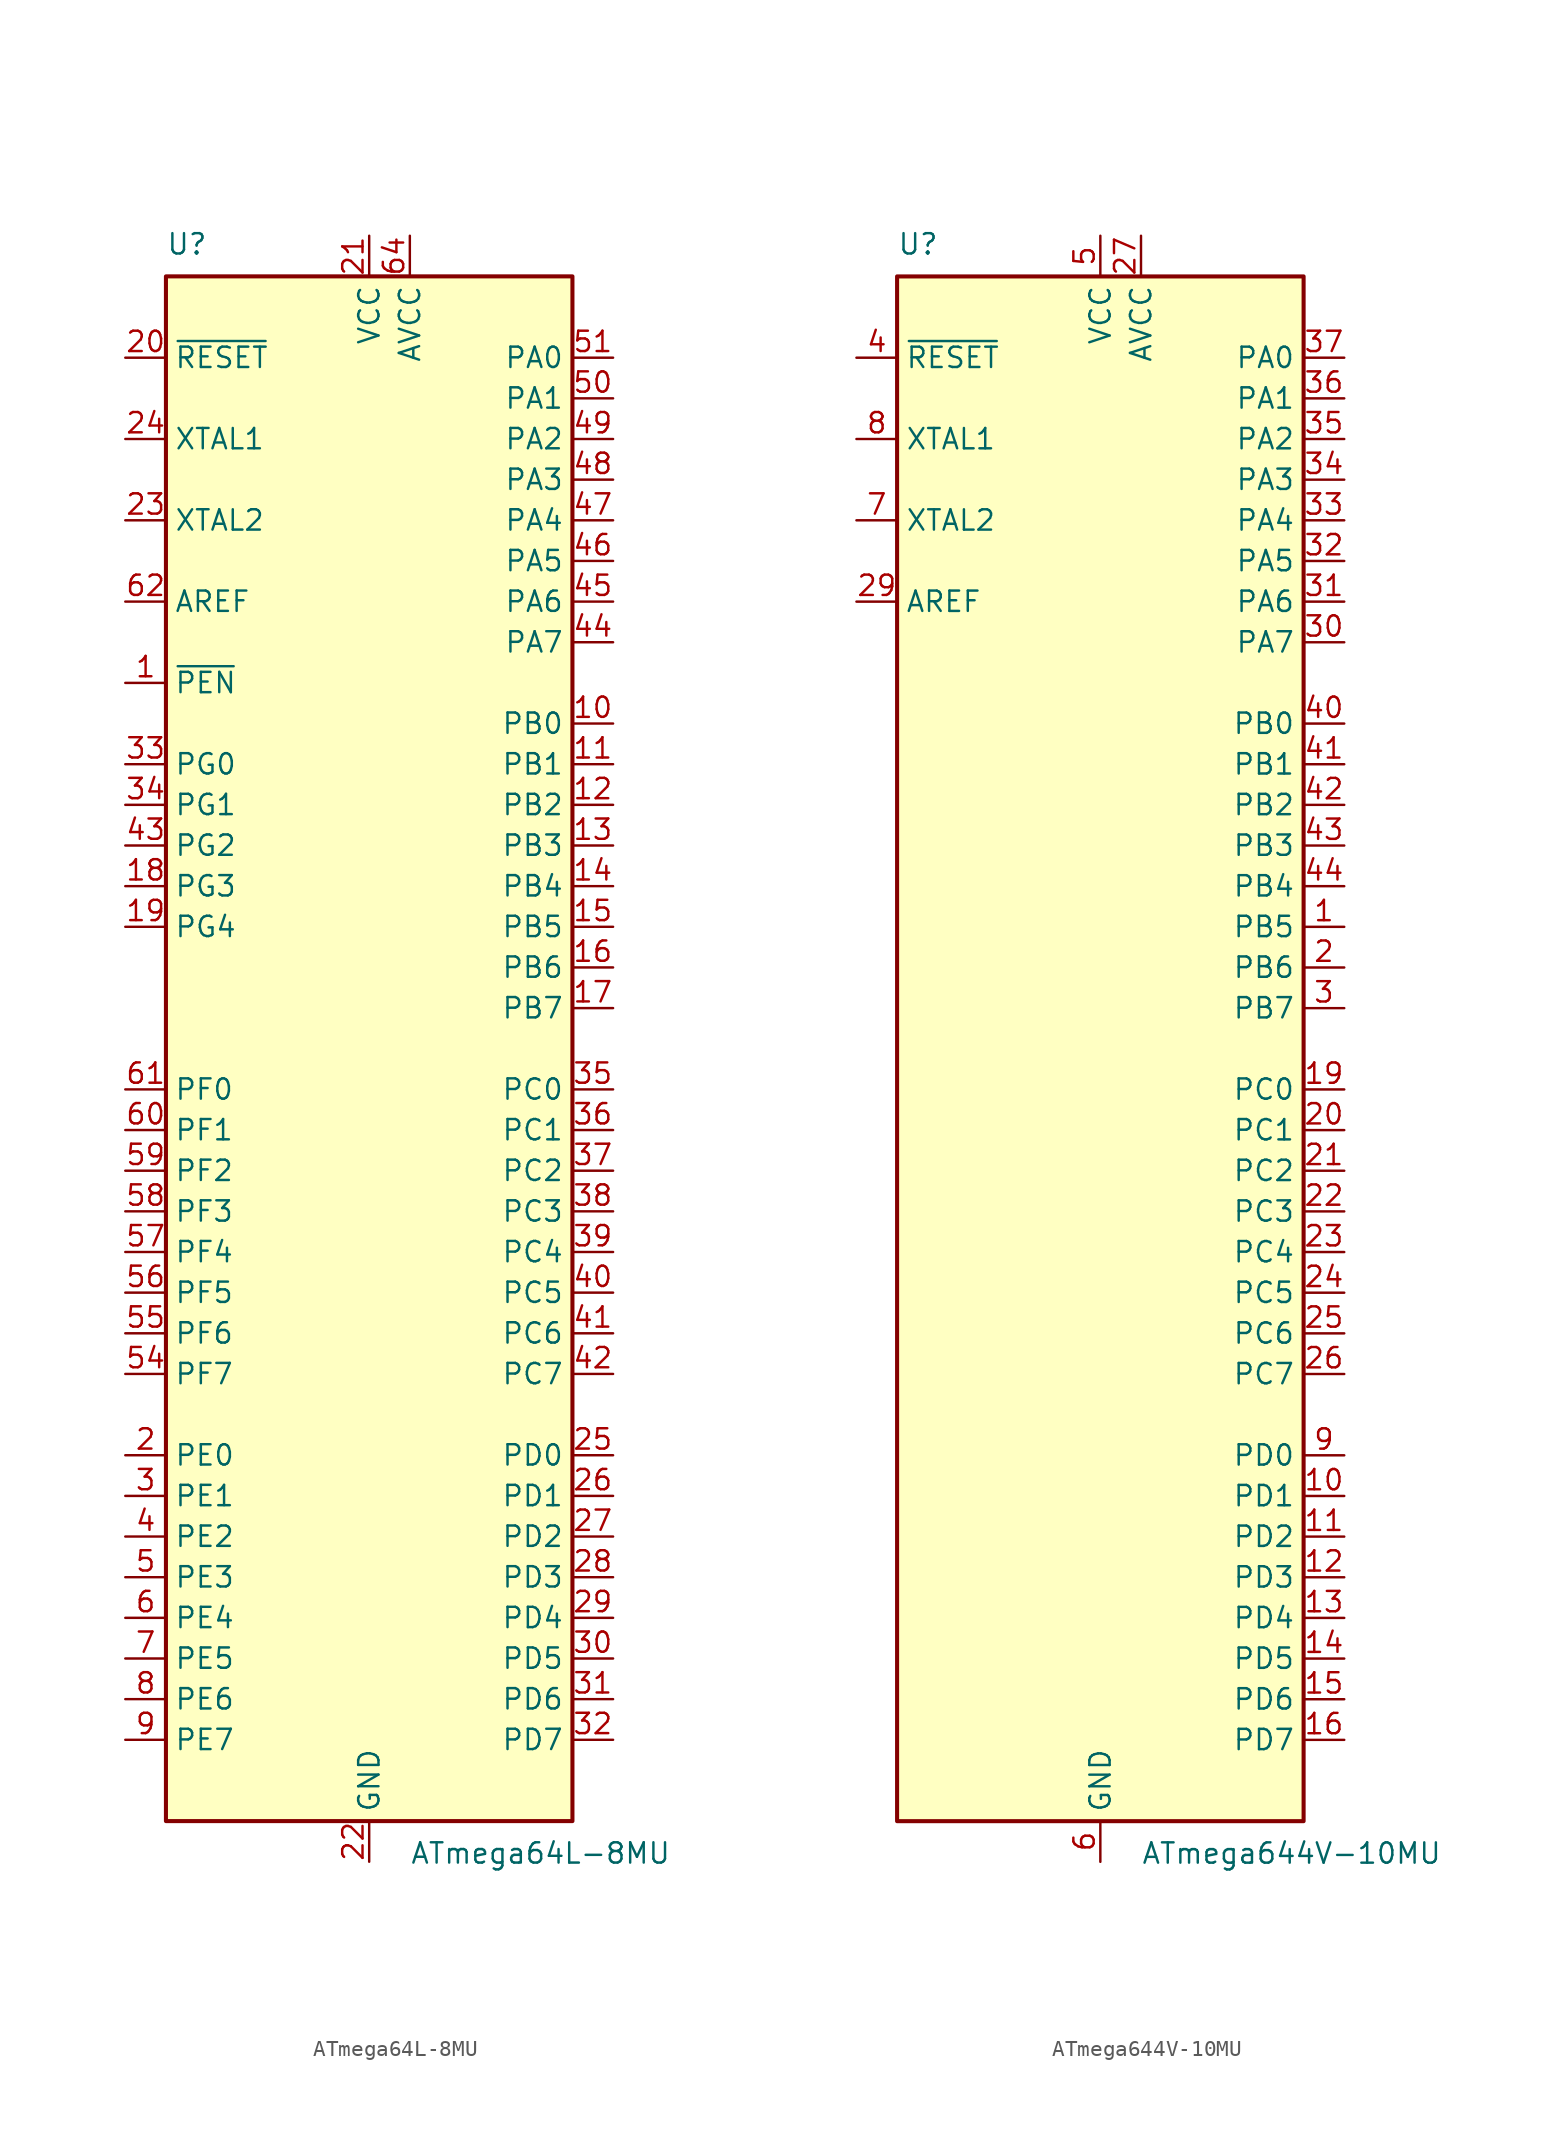
<source format=kicad_sym>
(kicad_symbol_lib
  (version 20201005)
  (generator kicad_symbol_editor)
  (symbol "ATmega64L-8MU"
    (property "Reference" "U"
      (at -12.7 49.53 0)
      (effects (font (size 1.27 1.27)) (justify left bottom)))
    (property "Value" "ATmega64L-8MU"
      (at 2.54 -49.53 0)
      (effects (font (size 1.27 1.27)) (justify left top)))
    (symbol "ATmega64L-8MU_0_1"
      (rectangle (start -12.7 -48.26) (end 12.7 48.26) (stroke (width 0.254)) (fill (type background))))
    (symbol "ATmega64L-8MU_1_1"
      (pin input line (at -15.24 22.86 0) (length 2.54) (name "~PEN" (effects (font (size 1.27 1.27)))) (number "1" (effects (font (size 1.27 1.27)))))
      (pin tri_state line (at 15.24 20.32 180) (length 2.54) (name "PB0" (effects (font (size 1.27 1.27)))) (number "10" (effects (font (size 1.27 1.27)))))
      (pin tri_state line (at 15.24 17.78 180) (length 2.54) (name "PB1" (effects (font (size 1.27 1.27)))) (number "11" (effects (font (size 1.27 1.27)))))
      (pin tri_state line (at 15.24 15.24 180) (length 2.54) (name "PB2" (effects (font (size 1.27 1.27)))) (number "12" (effects (font (size 1.27 1.27)))))
      (pin tri_state line (at 15.24 12.7 180) (length 2.54) (name "PB3" (effects (font (size 1.27 1.27)))) (number "13" (effects (font (size 1.27 1.27)))))
      (pin tri_state line (at 15.24 10.16 180) (length 2.54) (name "PB4" (effects (font (size 1.27 1.27)))) (number "14" (effects (font (size 1.27 1.27)))))
      (pin tri_state line (at 15.24 7.62 180) (length 2.54) (name "PB5" (effects (font (size 1.27 1.27)))) (number "15" (effects (font (size 1.27 1.27)))))
      (pin tri_state line (at 15.24 5.08 180) (length 2.54) (name "PB6" (effects (font (size 1.27 1.27)))) (number "16" (effects (font (size 1.27 1.27)))))
      (pin tri_state line (at 15.24 2.54 180) (length 2.54) (name "PB7" (effects (font (size 1.27 1.27)))) (number "17" (effects (font (size 1.27 1.27)))))
      (pin tri_state line (at -15.24 10.16 0) (length 2.54) (name "PG3" (effects (font (size 1.27 1.27)))) (number "18" (effects (font (size 1.27 1.27)))))
      (pin tri_state line (at -15.24 7.62 0) (length 2.54) (name "PG4" (effects (font (size 1.27 1.27)))) (number "19" (effects (font (size 1.27 1.27)))))
      (pin tri_state line (at -15.24 -25.4 0) (length 2.54) (name "PE0" (effects (font (size 1.27 1.27)))) (number "2" (effects (font (size 1.27 1.27)))))
      (pin input line (at -15.24 43.18 0) (length 2.54) (name "~RESET" (effects (font (size 1.27 1.27)))) (number "20" (effects (font (size 1.27 1.27)))))
      (pin power_in line (at 0 50.8 270) (length 2.54) (name "VCC" (effects (font (size 1.27 1.27)))) (number "21" (effects (font (size 1.27 1.27)))))
      (pin power_in line (at 0 -50.8 90) (length 2.54) (name "GND" (effects (font (size 1.27 1.27)))) (number "22" (effects (font (size 1.27 1.27)))))
      (pin output line (at -15.24 33.02 0) (length 2.54) (name "XTAL2" (effects (font (size 1.27 1.27)))) (number "23" (effects (font (size 1.27 1.27)))))
      (pin input line (at -15.24 38.1 0) (length 2.54) (name "XTAL1" (effects (font (size 1.27 1.27)))) (number "24" (effects (font (size 1.27 1.27)))))
      (pin tri_state line (at 15.24 -25.4 180) (length 2.54) (name "PD0" (effects (font (size 1.27 1.27)))) (number "25" (effects (font (size 1.27 1.27)))))
      (pin tri_state line (at 15.24 -27.94 180) (length 2.54) (name "PD1" (effects (font (size 1.27 1.27)))) (number "26" (effects (font (size 1.27 1.27)))))
      (pin tri_state line (at 15.24 -30.48 180) (length 2.54) (name "PD2" (effects (font (size 1.27 1.27)))) (number "27" (effects (font (size 1.27 1.27)))))
      (pin tri_state line (at 15.24 -33.02 180) (length 2.54) (name "PD3" (effects (font (size 1.27 1.27)))) (number "28" (effects (font (size 1.27 1.27)))))
      (pin tri_state line (at 15.24 -35.56 180) (length 2.54) (name "PD4" (effects (font (size 1.27 1.27)))) (number "29" (effects (font (size 1.27 1.27)))))
      (pin tri_state line (at -15.24 -27.94 0) (length 2.54) (name "PE1" (effects (font (size 1.27 1.27)))) (number "3" (effects (font (size 1.27 1.27)))))
      (pin tri_state line (at 15.24 -38.1 180) (length 2.54) (name "PD5" (effects (font (size 1.27 1.27)))) (number "30" (effects (font (size 1.27 1.27)))))
      (pin tri_state line (at 15.24 -40.64 180) (length 2.54) (name "PD6" (effects (font (size 1.27 1.27)))) (number "31" (effects (font (size 1.27 1.27)))))
      (pin tri_state line (at 15.24 -43.18 180) (length 2.54) (name "PD7" (effects (font (size 1.27 1.27)))) (number "32" (effects (font (size 1.27 1.27)))))
      (pin tri_state line (at -15.24 17.78 0) (length 2.54) (name "PG0" (effects (font (size 1.27 1.27)))) (number "33" (effects (font (size 1.27 1.27)))))
      (pin tri_state line (at -15.24 15.24 0) (length 2.54) (name "PG1" (effects (font (size 1.27 1.27)))) (number "34" (effects (font (size 1.27 1.27)))))
      (pin tri_state line (at 15.24 -2.54 180) (length 2.54) (name "PC0" (effects (font (size 1.27 1.27)))) (number "35" (effects (font (size 1.27 1.27)))))
      (pin tri_state line (at 15.24 -5.08 180) (length 2.54) (name "PC1" (effects (font (size 1.27 1.27)))) (number "36" (effects (font (size 1.27 1.27)))))
      (pin tri_state line (at 15.24 -7.62 180) (length 2.54) (name "PC2" (effects (font (size 1.27 1.27)))) (number "37" (effects (font (size 1.27 1.27)))))
      (pin tri_state line (at 15.24 -10.16 180) (length 2.54) (name "PC3" (effects (font (size 1.27 1.27)))) (number "38" (effects (font (size 1.27 1.27)))))
      (pin tri_state line (at 15.24 -12.7 180) (length 2.54) (name "PC4" (effects (font (size 1.27 1.27)))) (number "39" (effects (font (size 1.27 1.27)))))
      (pin tri_state line (at -15.24 -30.48 0) (length 2.54) (name "PE2" (effects (font (size 1.27 1.27)))) (number "4" (effects (font (size 1.27 1.27)))))
      (pin tri_state line (at 15.24 -15.24 180) (length 2.54) (name "PC5" (effects (font (size 1.27 1.27)))) (number "40" (effects (font (size 1.27 1.27)))))
      (pin tri_state line (at 15.24 -17.78 180) (length 2.54) (name "PC6" (effects (font (size 1.27 1.27)))) (number "41" (effects (font (size 1.27 1.27)))))
      (pin tri_state line (at 15.24 -20.32 180) (length 2.54) (name "PC7" (effects (font (size 1.27 1.27)))) (number "42" (effects (font (size 1.27 1.27)))))
      (pin tri_state line (at -15.24 12.7 0) (length 2.54) (name "PG2" (effects (font (size 1.27 1.27)))) (number "43" (effects (font (size 1.27 1.27)))))
      (pin tri_state line (at 15.24 25.4 180) (length 2.54) (name "PA7" (effects (font (size 1.27 1.27)))) (number "44" (effects (font (size 1.27 1.27)))))
      (pin tri_state line (at 15.24 27.94 180) (length 2.54) (name "PA6" (effects (font (size 1.27 1.27)))) (number "45" (effects (font (size 1.27 1.27)))))
      (pin tri_state line (at 15.24 30.48 180) (length 2.54) (name "PA5" (effects (font (size 1.27 1.27)))) (number "46" (effects (font (size 1.27 1.27)))))
      (pin tri_state line (at 15.24 33.02 180) (length 2.54) (name "PA4" (effects (font (size 1.27 1.27)))) (number "47" (effects (font (size 1.27 1.27)))))
      (pin tri_state line (at 15.24 35.56 180) (length 2.54) (name "PA3" (effects (font (size 1.27 1.27)))) (number "48" (effects (font (size 1.27 1.27)))))
      (pin tri_state line (at 15.24 38.1 180) (length 2.54) (name "PA2" (effects (font (size 1.27 1.27)))) (number "49" (effects (font (size 1.27 1.27)))))
      (pin tri_state line (at -15.24 -33.02 0) (length 2.54) (name "PE3" (effects (font (size 1.27 1.27)))) (number "5" (effects (font (size 1.27 1.27)))))
      (pin tri_state line (at 15.24 40.64 180) (length 2.54) (name "PA1" (effects (font (size 1.27 1.27)))) (number "50" (effects (font (size 1.27 1.27)))))
      (pin tri_state line (at 15.24 43.18 180) (length 2.54) (name "PA0" (effects (font (size 1.27 1.27)))) (number "51" (effects (font (size 1.27 1.27)))))
      (pin passive line (at 0 50.8 270) (length 2.54) hide (name "VCC" (effects (font (size 1.27 1.27)))) (number "52" (effects (font (size 1.27 1.27)))))
      (pin passive line (at 0 -50.8 90) (length 2.54) hide (name "GND" (effects (font (size 1.27 1.27)))) (number "53" (effects (font (size 1.27 1.27)))))
      (pin tri_state line (at -15.24 -20.32 0) (length 2.54) (name "PF7" (effects (font (size 1.27 1.27)))) (number "54" (effects (font (size 1.27 1.27)))))
      (pin tri_state line (at -15.24 -17.78 0) (length 2.54) (name "PF6" (effects (font (size 1.27 1.27)))) (number "55" (effects (font (size 1.27 1.27)))))
      (pin tri_state line (at -15.24 -15.24 0) (length 2.54) (name "PF5" (effects (font (size 1.27 1.27)))) (number "56" (effects (font (size 1.27 1.27)))))
      (pin tri_state line (at -15.24 -12.7 0) (length 2.54) (name "PF4" (effects (font (size 1.27 1.27)))) (number "57" (effects (font (size 1.27 1.27)))))
      (pin tri_state line (at -15.24 -10.16 0) (length 2.54) (name "PF3" (effects (font (size 1.27 1.27)))) (number "58" (effects (font (size 1.27 1.27)))))
      (pin tri_state line (at -15.24 -7.62 0) (length 2.54) (name "PF2" (effects (font (size 1.27 1.27)))) (number "59" (effects (font (size 1.27 1.27)))))
      (pin tri_state line (at -15.24 -35.56 0) (length 2.54) (name "PE4" (effects (font (size 1.27 1.27)))) (number "6" (effects (font (size 1.27 1.27)))))
      (pin tri_state line (at -15.24 -5.08 0) (length 2.54) (name "PF1" (effects (font (size 1.27 1.27)))) (number "60" (effects (font (size 1.27 1.27)))))
      (pin tri_state line (at -15.24 -2.54 0) (length 2.54) (name "PF0" (effects (font (size 1.27 1.27)))) (number "61" (effects (font (size 1.27 1.27)))))
      (pin passive line (at -15.24 27.94 0) (length 2.54) (name "AREF" (effects (font (size 1.27 1.27)))) (number "62" (effects (font (size 1.27 1.27)))))
      (pin passive line (at 0 -50.8 90) (length 2.54) hide (name "GND" (effects (font (size 1.27 1.27)))) (number "63" (effects (font (size 1.27 1.27)))))
      (pin power_in line (at 2.54 50.8 270) (length 2.54) (name "AVCC" (effects (font (size 1.27 1.27)))) (number "64" (effects (font (size 1.27 1.27)))))
      (pin passive line (at 0 -50.8 90) (length 2.54) hide (name "GND" (effects (font (size 1.27 1.27)))) (number "65" (effects (font (size 1.27 1.27)))))
      (pin tri_state line (at -15.24 -38.1 0) (length 2.54) (name "PE5" (effects (font (size 1.27 1.27)))) (number "7" (effects (font (size 1.27 1.27)))))
      (pin tri_state line (at -15.24 -40.64 0) (length 2.54) (name "PE6" (effects (font (size 1.27 1.27)))) (number "8" (effects (font (size 1.27 1.27)))))
      (pin tri_state line (at -15.24 -43.18 0) (length 2.54) (name "PE7" (effects (font (size 1.27 1.27)))) (number "9" (effects (font (size 1.27 1.27)))))))
  (symbol "ATmega644V-10MU"
    (property "Reference" "U"
      (at -12.7 49.53 0)
      (effects (font (size 1.27 1.27)) (justify left bottom)))
    (property "Value" "ATmega644V-10MU"
      (at 2.54 -49.53 0)
      (effects (font (size 1.27 1.27)) (justify left top)))
    (symbol "ATmega644V-10MU_0_1"
      (rectangle (start -12.7 -48.26) (end 12.7 48.26) (stroke (width 0.254)) (fill (type background))))
    (symbol "ATmega644V-10MU_1_1"
      (pin tri_state line (at 15.24 7.62 180) (length 2.54) (name "PB5" (effects (font (size 1.27 1.27)))) (number "1" (effects (font (size 1.27 1.27)))))
      (pin tri_state line (at 15.24 -27.94 180) (length 2.54) (name "PD1" (effects (font (size 1.27 1.27)))) (number "10" (effects (font (size 1.27 1.27)))))
      (pin tri_state line (at 15.24 -30.48 180) (length 2.54) (name "PD2" (effects (font (size 1.27 1.27)))) (number "11" (effects (font (size 1.27 1.27)))))
      (pin tri_state line (at 15.24 -33.02 180) (length 2.54) (name "PD3" (effects (font (size 1.27 1.27)))) (number "12" (effects (font (size 1.27 1.27)))))
      (pin tri_state line (at 15.24 -35.56 180) (length 2.54) (name "PD4" (effects (font (size 1.27 1.27)))) (number "13" (effects (font (size 1.27 1.27)))))
      (pin tri_state line (at 15.24 -38.1 180) (length 2.54) (name "PD5" (effects (font (size 1.27 1.27)))) (number "14" (effects (font (size 1.27 1.27)))))
      (pin tri_state line (at 15.24 -40.64 180) (length 2.54) (name "PD6" (effects (font (size 1.27 1.27)))) (number "15" (effects (font (size 1.27 1.27)))))
      (pin tri_state line (at 15.24 -43.18 180) (length 2.54) (name "PD7" (effects (font (size 1.27 1.27)))) (number "16" (effects (font (size 1.27 1.27)))))
      (pin passive line (at 0 50.8 270) (length 2.54) hide (name "VCC" (effects (font (size 1.27 1.27)))) (number "17" (effects (font (size 1.27 1.27)))))
      (pin passive line (at 0 -50.8 90) (length 2.54) hide (name "GND" (effects (font (size 1.27 1.27)))) (number "18" (effects (font (size 1.27 1.27)))))
      (pin tri_state line (at 15.24 -2.54 180) (length 2.54) (name "PC0" (effects (font (size 1.27 1.27)))) (number "19" (effects (font (size 1.27 1.27)))))
      (pin tri_state line (at 15.24 5.08 180) (length 2.54) (name "PB6" (effects (font (size 1.27 1.27)))) (number "2" (effects (font (size 1.27 1.27)))))
      (pin tri_state line (at 15.24 -5.08 180) (length 2.54) (name "PC1" (effects (font (size 1.27 1.27)))) (number "20" (effects (font (size 1.27 1.27)))))
      (pin tri_state line (at 15.24 -7.62 180) (length 2.54) (name "PC2" (effects (font (size 1.27 1.27)))) (number "21" (effects (font (size 1.27 1.27)))))
      (pin tri_state line (at 15.24 -10.16 180) (length 2.54) (name "PC3" (effects (font (size 1.27 1.27)))) (number "22" (effects (font (size 1.27 1.27)))))
      (pin tri_state line (at 15.24 -12.7 180) (length 2.54) (name "PC4" (effects (font (size 1.27 1.27)))) (number "23" (effects (font (size 1.27 1.27)))))
      (pin tri_state line (at 15.24 -15.24 180) (length 2.54) (name "PC5" (effects (font (size 1.27 1.27)))) (number "24" (effects (font (size 1.27 1.27)))))
      (pin tri_state line (at 15.24 -17.78 180) (length 2.54) (name "PC6" (effects (font (size 1.27 1.27)))) (number "25" (effects (font (size 1.27 1.27)))))
      (pin tri_state line (at 15.24 -20.32 180) (length 2.54) (name "PC7" (effects (font (size 1.27 1.27)))) (number "26" (effects (font (size 1.27 1.27)))))
      (pin power_in line (at 2.54 50.8 270) (length 2.54) (name "AVCC" (effects (font (size 1.27 1.27)))) (number "27" (effects (font (size 1.27 1.27)))))
      (pin passive line (at 0 -50.8 90) (length 2.54) hide (name "GND" (effects (font (size 1.27 1.27)))) (number "28" (effects (font (size 1.27 1.27)))))
      (pin passive line (at -15.24 27.94 0) (length 2.54) (name "AREF" (effects (font (size 1.27 1.27)))) (number "29" (effects (font (size 1.27 1.27)))))
      (pin tri_state line (at 15.24 2.54 180) (length 2.54) (name "PB7" (effects (font (size 1.27 1.27)))) (number "3" (effects (font (size 1.27 1.27)))))
      (pin tri_state line (at 15.24 25.4 180) (length 2.54) (name "PA7" (effects (font (size 1.27 1.27)))) (number "30" (effects (font (size 1.27 1.27)))))
      (pin tri_state line (at 15.24 27.94 180) (length 2.54) (name "PA6" (effects (font (size 1.27 1.27)))) (number "31" (effects (font (size 1.27 1.27)))))
      (pin tri_state line (at 15.24 30.48 180) (length 2.54) (name "PA5" (effects (font (size 1.27 1.27)))) (number "32" (effects (font (size 1.27 1.27)))))
      (pin tri_state line (at 15.24 33.02 180) (length 2.54) (name "PA4" (effects (font (size 1.27 1.27)))) (number "33" (effects (font (size 1.27 1.27)))))
      (pin tri_state line (at 15.24 35.56 180) (length 2.54) (name "PA3" (effects (font (size 1.27 1.27)))) (number "34" (effects (font (size 1.27 1.27)))))
      (pin tri_state line (at 15.24 38.1 180) (length 2.54) (name "PA2" (effects (font (size 1.27 1.27)))) (number "35" (effects (font (size 1.27 1.27)))))
      (pin tri_state line (at 15.24 40.64 180) (length 2.54) (name "PA1" (effects (font (size 1.27 1.27)))) (number "36" (effects (font (size 1.27 1.27)))))
      (pin tri_state line (at 15.24 43.18 180) (length 2.54) (name "PA0" (effects (font (size 1.27 1.27)))) (number "37" (effects (font (size 1.27 1.27)))))
      (pin passive line (at 0 50.8 270) (length 2.54) hide (name "VCC" (effects (font (size 1.27 1.27)))) (number "38" (effects (font (size 1.27 1.27)))))
      (pin passive line (at 0 -50.8 90) (length 2.54) hide (name "GND" (effects (font (size 1.27 1.27)))) (number "39" (effects (font (size 1.27 1.27)))))
      (pin input line (at -15.24 43.18 0) (length 2.54) (name "~RESET" (effects (font (size 1.27 1.27)))) (number "4" (effects (font (size 1.27 1.27)))))
      (pin tri_state line (at 15.24 20.32 180) (length 2.54) (name "PB0" (effects (font (size 1.27 1.27)))) (number "40" (effects (font (size 1.27 1.27)))))
      (pin tri_state line (at 15.24 17.78 180) (length 2.54) (name "PB1" (effects (font (size 1.27 1.27)))) (number "41" (effects (font (size 1.27 1.27)))))
      (pin tri_state line (at 15.24 15.24 180) (length 2.54) (name "PB2" (effects (font (size 1.27 1.27)))) (number "42" (effects (font (size 1.27 1.27)))))
      (pin tri_state line (at 15.24 12.7 180) (length 2.54) (name "PB3" (effects (font (size 1.27 1.27)))) (number "43" (effects (font (size 1.27 1.27)))))
      (pin tri_state line (at 15.24 10.16 180) (length 2.54) (name "PB4" (effects (font (size 1.27 1.27)))) (number "44" (effects (font (size 1.27 1.27)))))
      (pin passive line (at 0 -50.8 90) (length 2.54) hide (name "GND" (effects (font (size 1.27 1.27)))) (number "45" (effects (font (size 1.27 1.27)))))
      (pin power_in line (at 0 50.8 270) (length 2.54) (name "VCC" (effects (font (size 1.27 1.27)))) (number "5" (effects (font (size 1.27 1.27)))))
      (pin power_in line (at 0 -50.8 90) (length 2.54) (name "GND" (effects (font (size 1.27 1.27)))) (number "6" (effects (font (size 1.27 1.27)))))
      (pin output line (at -15.24 33.02 0) (length 2.54) (name "XTAL2" (effects (font (size 1.27 1.27)))) (number "7" (effects (font (size 1.27 1.27)))))
      (pin input line (at -15.24 38.1 0) (length 2.54) (name "XTAL1" (effects (font (size 1.27 1.27)))) (number "8" (effects (font (size 1.27 1.27)))))
      (pin tri_state line (at 15.24 -25.4 180) (length 2.54) (name "PD0" (effects (font (size 1.27 1.27)))) (number "9" (effects (font (size 1.27 1.27))))))))
</source>
